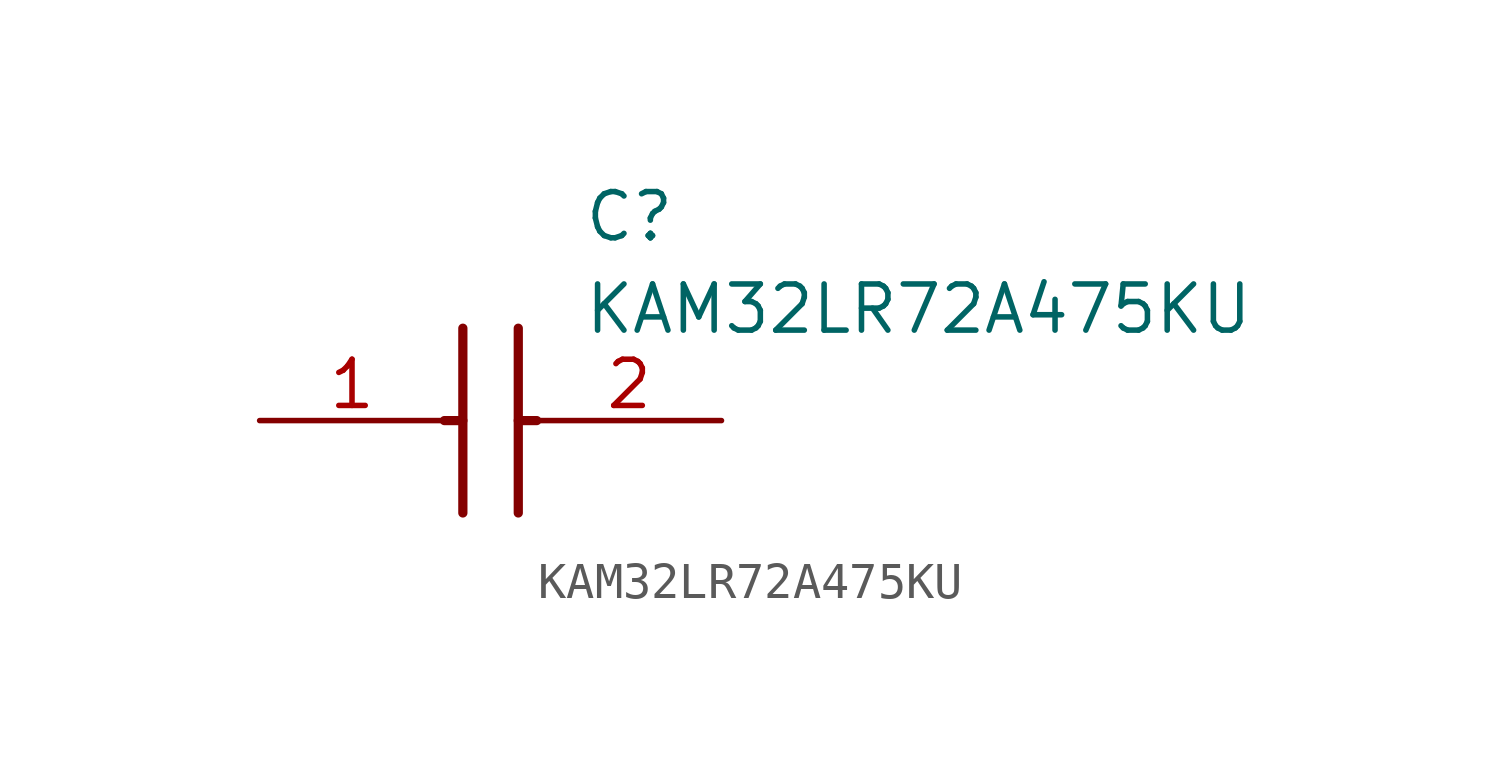
<source format=kicad_sym>
(kicad_symbol_lib
  (version 20211014)
  (generator SamacSys_ECAD_Model)
  (symbol "KAM32LR72A475KU"
    (pin_names hide)
    (property "Reference" "C"
      (at 8.89 6.35 0)
      (effects (font (size 1.27 1.27)) (justify left top)))
    (property "Value" "KAM32LR72A475KU"
      (at 8.89 3.81 0)
      (effects (font (size 1.27 1.27)) (justify left top)))
    (polyline
      (pts (xy 5.588 2.54) (xy 5.588 -2.54))
      (stroke (width 0.254) (type default))
      (fill (type none)))
    (polyline
      (pts (xy 7.112 2.54) (xy 7.112 -2.54))
      (stroke (width 0.254) (type default))
      (fill (type none)))
    (polyline
      (pts (xy 5.08 0) (xy 5.588 0))
      (stroke (width 0.254) (type default))
      (fill (type none)))
    (polyline
      (pts (xy 7.112 0) (xy 7.62 0))
      (stroke (width 0.254) (type default))
      (fill (type none)))
    (pin passive line
      (at 0 0 0)
      (length 5.08)
      (name "1" (effects (font (size 1.27 1.27))))
      (number "1" (effects (font (size 1.27 1.27)))))
    (pin passive line
      (at 12.7 0 180)
      (length 5.08)
      (name "2" (effects (font (size 1.27 1.27))))
      (number "2" (effects (font (size 1.27 1.27)))))))
</source>
